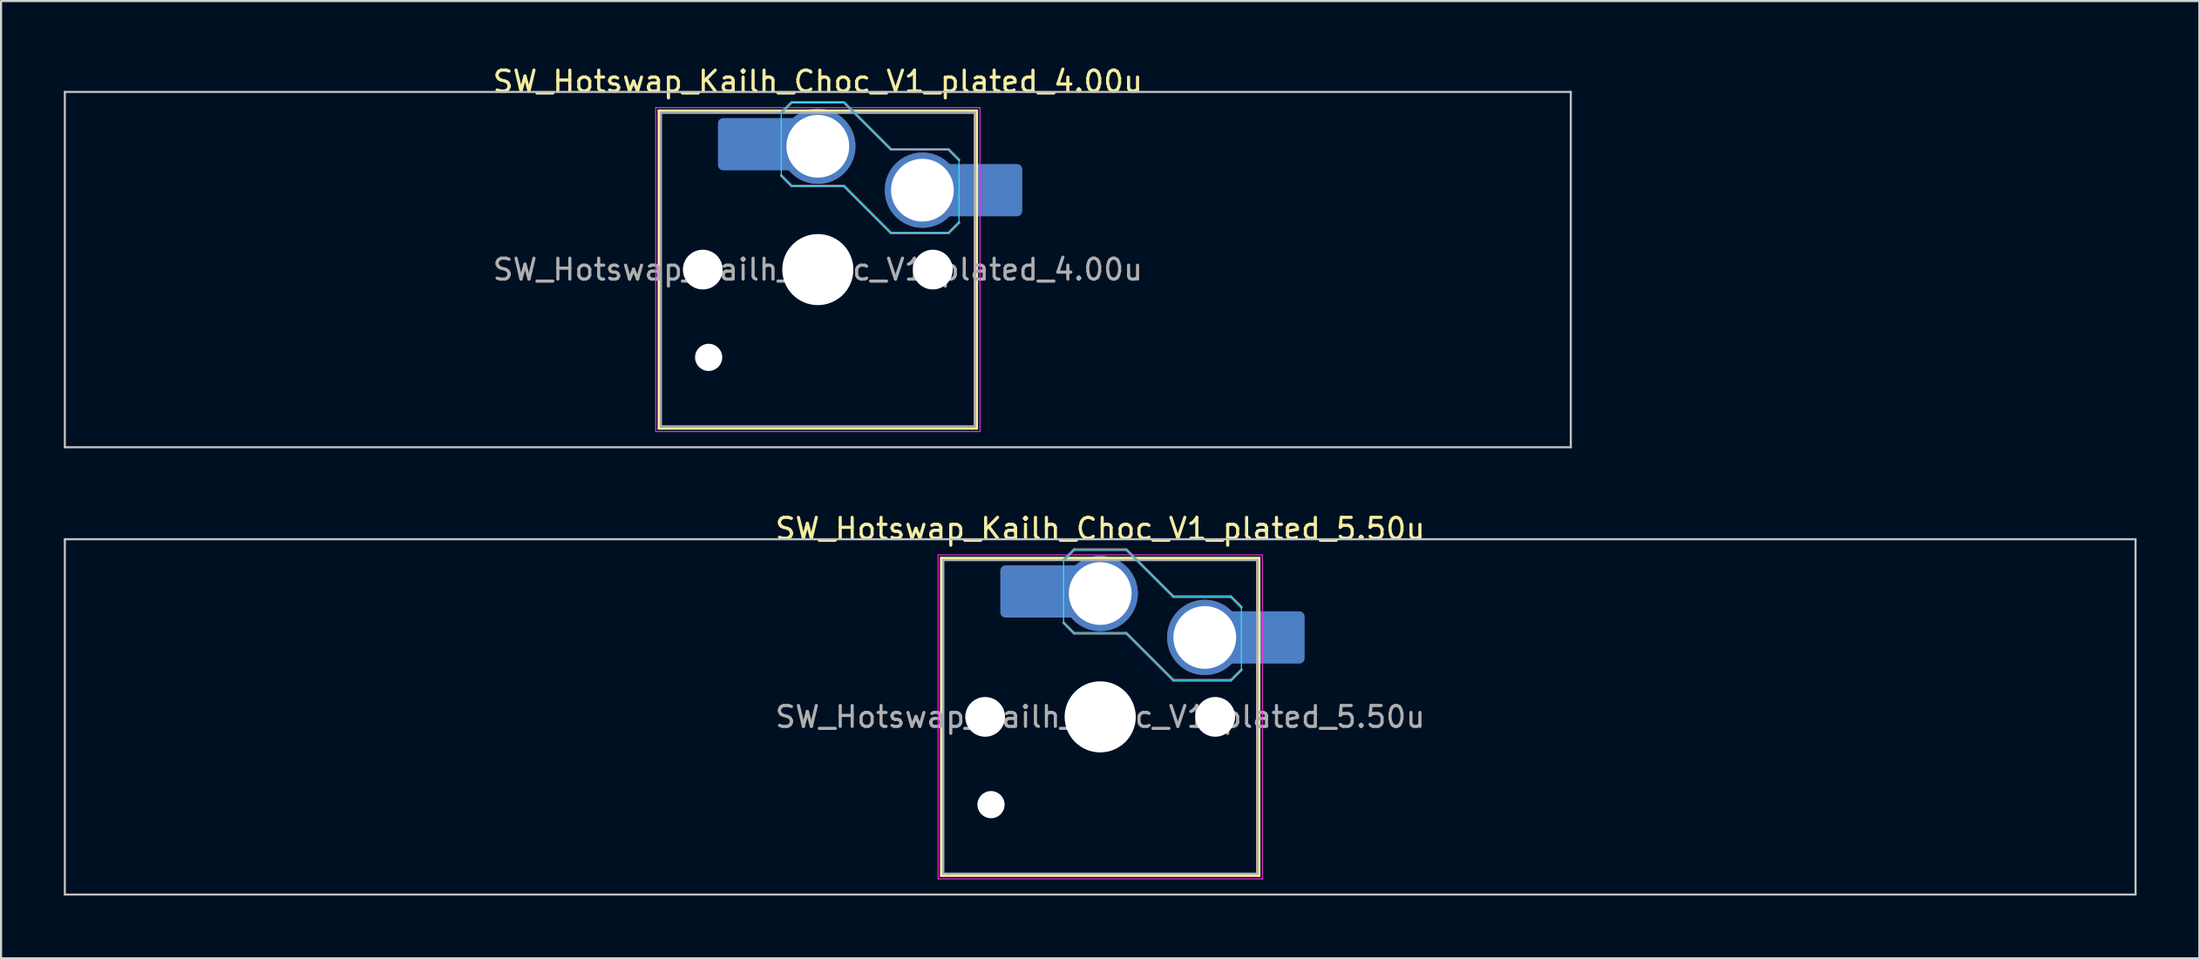
<source format=kicad_pcb>
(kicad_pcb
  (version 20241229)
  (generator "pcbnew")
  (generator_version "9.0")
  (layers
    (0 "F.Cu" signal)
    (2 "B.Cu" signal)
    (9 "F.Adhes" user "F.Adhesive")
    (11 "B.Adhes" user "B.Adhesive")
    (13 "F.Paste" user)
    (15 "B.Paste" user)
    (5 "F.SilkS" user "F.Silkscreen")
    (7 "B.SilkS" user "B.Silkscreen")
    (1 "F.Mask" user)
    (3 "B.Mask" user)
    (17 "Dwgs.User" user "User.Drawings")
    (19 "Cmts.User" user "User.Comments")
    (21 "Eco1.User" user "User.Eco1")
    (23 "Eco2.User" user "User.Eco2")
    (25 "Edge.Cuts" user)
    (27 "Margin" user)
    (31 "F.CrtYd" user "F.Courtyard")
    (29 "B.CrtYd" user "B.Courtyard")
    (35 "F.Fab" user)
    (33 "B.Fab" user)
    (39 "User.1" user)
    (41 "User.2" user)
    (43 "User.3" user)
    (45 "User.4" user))
  (footprint "SW_Hotswap_Kailh_Choc_V1_plated_5.50u"
    (layer "F.Cu")
    (at 49.55 31.247)
    (property "Reference" "SW_Hotswap_Kailh_Choc_V1_plated_5.50u" (at 0 -9 0) (layer "F.SilkS") (effects (font (size 1 1) (thickness 0.15))))
    (attr smd)
    (fp_line (start -7.6 -7.6) (end -7.6 7.6) (stroke (width 0.12) (type solid)) (layer "F.SilkS"))
    (fp_line (start -7.6 7.6) (end 7.6 7.6) (stroke (width 0.12) (type solid)) (layer "F.SilkS"))
    (fp_line (start 7.6 -7.6) (end -7.6 -7.6) (stroke (width 0.12) (type solid)) (layer "F.SilkS"))
    (fp_line (start 7.6 7.6) (end 7.6 -7.6) (stroke (width 0.12) (type solid)) (layer "F.SilkS"))
    (fp_line (start -1.75 -7.5) (end -1.25 -8) (stroke (width 0.12) (type solid)) (layer "B.SilkS"))
    (fp_line (start -1.25 -8) (end 1.25 -8) (stroke (width 0.12) (type solid)) (layer "B.SilkS"))
    (fp_line (start -1.25 -4) (end -1.75 -4.5) (stroke (width 0.12) (type solid)) (layer "B.SilkS"))
    (fp_line (start 1.25 -8) (end 3.5 -5.75) (stroke (width 0.12) (type solid)) (layer "B.SilkS"))
    (fp_line (start 1.25 -4) (end -1.25 -4) (stroke (width 0.12) (type solid)) (layer "B.SilkS"))
    (fp_line (start 3.5 -5.75) (end 6.25 -5.75) (stroke (width 0.12) (type solid)) (layer "B.SilkS"))
    (fp_line (start 3.5 -1.75) (end 1.25 -4) (stroke (width 0.12) (type solid)) (layer "B.SilkS"))
    (fp_line (start 6.25 -5.75) (end 6.75 -5.25) (stroke (width 0.12) (type solid)) (layer "B.SilkS"))
    (fp_line (start 6.25 -1.75) (end 3.5 -1.75) (stroke (width 0.12) (type solid)) (layer "B.SilkS"))
    (fp_line (start 6.75 -2.25) (end 6.25 -1.75) (stroke (width 0.12) (type solid)) (layer "B.SilkS"))
    (fp_line (start -49.5 -8.5) (end -49.5 8.5) (stroke (width 0.1) (type solid)) (layer "Dwgs.User"))
    (fp_line (start -49.5 8.5) (end 49.5 8.5) (stroke (width 0.1) (type solid)) (layer "Dwgs.User"))
    (fp_line (start 49.5 -8.5) (end -49.5 -8.5) (stroke (width 0.1) (type solid)) (layer "Dwgs.User"))
    (fp_line (start 49.5 8.5) (end 49.5 -8.5) (stroke (width 0.1) (type solid)) (layer "Dwgs.User"))
    (fp_line (start -7.25 -7.25) (end -7.25 7.25) (stroke (width 0.1) (type solid)) (layer "Eco1.User"))
    (fp_line (start -7.25 7.25) (end 7.25 7.25) (stroke (width 0.1) (type solid)) (layer "Eco1.User"))
    (fp_line (start 7.25 -7.25) (end -7.25 -7.25) (stroke (width 0.1) (type solid)) (layer "Eco1.User"))
    (fp_line (start 7.25 7.25) (end 7.25 -7.25) (stroke (width 0.1) (type solid)) (layer "Eco1.User"))
    (fp_line (start -1.75 -7.5) (end -1.25 -8) (stroke (width 0.05) (type solid)) (layer "B.CrtYd"))
    (fp_line (start -1.75 -4.5) (end -1.75 -7.5) (stroke (width 0.05) (type solid)) (layer "B.CrtYd"))
    (fp_line (start -1.25 -8) (end 1.25 -8) (stroke (width 0.05) (type solid)) (layer "B.CrtYd"))
    (fp_line (start -1.25 -4) (end -1.75 -4.5) (stroke (width 0.05) (type solid)) (layer "B.CrtYd"))
    (fp_line (start 1.25 -8) (end 3.5 -5.75) (stroke (width 0.05) (type solid)) (layer "B.CrtYd"))
    (fp_line (start 1.25 -4) (end -1.25 -4) (stroke (width 0.05) (type solid)) (layer "B.CrtYd"))
    (fp_line (start 3.5 -5.75) (end 6.25 -5.75) (stroke (width 0.05) (type solid)) (layer "B.CrtYd"))
    (fp_line (start 3.5 -1.75) (end 1.25 -4) (stroke (width 0.05) (type solid)) (layer "B.CrtYd"))
    (fp_line (start 6.25 -5.75) (end 6.75 -5.25) (stroke (width 0.05) (type solid)) (layer "B.CrtYd"))
    (fp_line (start 6.25 -1.75) (end 3.5 -1.75) (stroke (width 0.05) (type solid)) (layer "B.CrtYd"))
    (fp_line (start 6.75 -5.25) (end 6.75 -2.25) (stroke (width 0.05) (type solid)) (layer "B.CrtYd"))
    (fp_line (start 6.75 -2.25) (end 6.25 -1.75) (stroke (width 0.05) (type solid)) (layer "B.CrtYd"))
    (fp_line (start -7.75 -7.75) (end -7.75 7.75) (stroke (width 0.05) (type solid)) (layer "F.CrtYd"))
    (fp_line (start -7.75 7.75) (end 7.75 7.75) (stroke (width 0.05) (type solid)) (layer "F.CrtYd"))
    (fp_line (start 7.75 -7.75) (end -7.75 -7.75) (stroke (width 0.05) (type solid)) (layer "F.CrtYd"))
    (fp_line (start 7.75 7.75) (end 7.75 -7.75) (stroke (width 0.05) (type solid)) (layer "F.CrtYd"))
    (fp_line (start -1.75 -7.5) (end -1.25 -8) (stroke (width 0.1) (type solid)) (layer "B.Fab"))
    (fp_line (start -1.25 -8) (end 1.25 -8) (stroke (width 0.1) (type solid)) (layer "B.Fab"))
    (fp_line (start -1.25 -4) (end -1.75 -4.5) (stroke (width 0.1) (type solid)) (layer "B.Fab"))
    (fp_line (start 1.25 -8) (end 3.5 -5.75) (stroke (width 0.1) (type solid)) (layer "B.Fab"))
    (fp_line (start 1.25 -4) (end -1.25 -4) (stroke (width 0.1) (type solid)) (layer "B.Fab"))
    (fp_line (start 3.5 -5.75) (end 6.25 -5.75) (stroke (width 0.1) (type solid)) (layer "B.Fab"))
    (fp_line (start 3.5 -1.75) (end 1.25 -4) (stroke (width 0.1) (type solid)) (layer "B.Fab"))
    (fp_line (start 6.25 -5.75) (end 6.75 -5.25) (stroke (width 0.1) (type solid)) (layer "B.Fab"))
    (fp_line (start 6.25 -1.75) (end 3.5 -1.75) (stroke (width 0.1) (type solid)) (layer "B.Fab"))
    (fp_line (start 6.75 -2.25) (end 6.25 -1.75) (stroke (width 0.1) (type solid)) (layer "B.Fab"))
    (fp_line (start -7.5 -7.5) (end -7.5 7.5) (stroke (width 0.1) (type solid)) (layer "F.Fab"))
    (fp_line (start -7.5 7.5) (end 7.5 7.5) (stroke (width 0.1) (type solid)) (layer "F.Fab"))
    (fp_line (start 7.5 -7.5) (end -7.5 -7.5) (stroke (width 0.1) (type solid)) (layer "F.Fab"))
    (fp_line (start 7.5 7.5) (end 7.5 -7.5) (stroke (width 0.1) (type solid)) (layer "F.Fab"))
    (fp_text user "${REFERENCE}" (at 0 0 0) (layer "F.Fab") (effects (font (size 1 1) (thickness 0.15))))
    (pad "" np_thru_hole circle (at -5.5 0) (size 1.9 1.9) (drill 1.9) (layers "*.Cu" "*.Mask"))
    (pad "" np_thru_hole circle (at -5.22 4.2) (size 1.3 1.3) (drill 1.3) (layers "*.Cu" "*.Mask"))
    (pad "" smd roundrect (at -3.5 -6) (size 2.55 2.5) (layers "B.Mask" "B.Paste") (roundrect_rratio 0.1))
    (pad "" np_thru_hole circle (at 0 0) (size 3.4 3.4) (drill 3.4) (layers "*.Cu" "*.Mask"))
    (pad "" np_thru_hole circle (at 5.5 0) (size 1.9 1.9) (drill 1.9) (layers "*.Cu" "*.Mask"))
    (pad "" smd roundrect (at 8.5 -3.8) (size 2.55 2.5) (layers "B.Mask" "B.Paste") (roundrect_rratio 0.1))
    (pad "1" smd roundrect (at -2.85 -6) (size 3.85 2.5) (layers "B.Cu") (roundrect_rratio 0.1))
    (pad "1" thru_hole circle (at 0 -5.9) (size 3.6 3.6) (drill 3) (layers "*.Cu" "B.Mask"))
    (pad "2" thru_hole circle (at 5 -3.8) (size 3.6 3.6) (drill 3) (layers "*.Cu" "B.Mask"))
    (pad "2" smd roundrect (at 7.85 -3.8) (size 3.85 2.5) (layers "B.Cu") (roundrect_rratio 0.1)))
  (footprint "SW_Hotswap_Kailh_Choc_V1_plated_4.00u"
    (layer "F.Cu")
    (at 36.05 9.848)
    (property "Reference" "SW_Hotswap_Kailh_Choc_V1_plated_4.00u" (at 0 -9 0) (layer "F.SilkS") (effects (font (size 1 1) (thickness 0.15))))
    (attr smd)
    (fp_line (start -7.6 -7.6) (end -7.6 7.6) (stroke (width 0.12) (type solid)) (layer "F.SilkS"))
    (fp_line (start -7.6 7.6) (end 7.6 7.6) (stroke (width 0.12) (type solid)) (layer "F.SilkS"))
    (fp_line (start 7.6 -7.6) (end -7.6 -7.6) (stroke (width 0.12) (type solid)) (layer "F.SilkS"))
    (fp_line (start 7.6 7.6) (end 7.6 -7.6) (stroke (width 0.12) (type solid)) (layer "F.SilkS"))
    (fp_line (start -1.75 -7.5) (end -1.25 -8) (stroke (width 0.12) (type solid)) (layer "B.SilkS"))
    (fp_line (start -1.25 -8) (end 1.25 -8) (stroke (width 0.12) (type solid)) (layer "B.SilkS"))
    (fp_line (start -1.25 -4) (end -1.75 -4.5) (stroke (width 0.12) (type solid)) (layer "B.SilkS"))
    (fp_line (start 1.25 -8) (end 3.5 -5.75) (stroke (width 0.12) (type solid)) (layer "B.SilkS"))
    (fp_line (start 1.25 -4) (end -1.25 -4) (stroke (width 0.12) (type solid)) (layer "B.SilkS"))
    (fp_line (start 3.5 -5.75) (end 6.25 -5.75) (stroke (width 0.12) (type solid)) (layer "B.SilkS"))
    (fp_line (start 3.5 -1.75) (end 1.25 -4) (stroke (width 0.12) (type solid)) (layer "B.SilkS"))
    (fp_line (start 6.25 -5.75) (end 6.75 -5.25) (stroke (width 0.12) (type solid)) (layer "B.SilkS"))
    (fp_line (start 6.25 -1.75) (end 3.5 -1.75) (stroke (width 0.12) (type solid)) (layer "B.SilkS"))
    (fp_line (start 6.75 -2.25) (end 6.25 -1.75) (stroke (width 0.12) (type solid)) (layer "B.SilkS"))
    (fp_line (start -36 -8.5) (end -36 8.5) (stroke (width 0.1) (type solid)) (layer "Dwgs.User"))
    (fp_line (start -36 8.5) (end 36 8.5) (stroke (width 0.1) (type solid)) (layer "Dwgs.User"))
    (fp_line (start 36 -8.5) (end -36 -8.5) (stroke (width 0.1) (type solid)) (layer "Dwgs.User"))
    (fp_line (start 36 8.5) (end 36 -8.5) (stroke (width 0.1) (type solid)) (layer "Dwgs.User"))
    (fp_line (start -7.25 -7.25) (end -7.25 7.25) (stroke (width 0.1) (type solid)) (layer "Eco1.User"))
    (fp_line (start -7.25 7.25) (end 7.25 7.25) (stroke (width 0.1) (type solid)) (layer "Eco1.User"))
    (fp_line (start 7.25 -7.25) (end -7.25 -7.25) (stroke (width 0.1) (type solid)) (layer "Eco1.User"))
    (fp_line (start 7.25 7.25) (end 7.25 -7.25) (stroke (width 0.1) (type solid)) (layer "Eco1.User"))
    (fp_line (start -1.75 -7.5) (end -1.25 -8) (stroke (width 0.05) (type solid)) (layer "B.CrtYd"))
    (fp_line (start -1.75 -4.5) (end -1.75 -7.5) (stroke (width 0.05) (type solid)) (layer "B.CrtYd"))
    (fp_line (start -1.25 -8) (end 1.25 -8) (stroke (width 0.05) (type solid)) (layer "B.CrtYd"))
    (fp_line (start -1.25 -4) (end -1.75 -4.5) (stroke (width 0.05) (type solid)) (layer "B.CrtYd"))
    (fp_line (start 1.25 -8) (end 3.5 -5.75) (stroke (width 0.05) (type solid)) (layer "B.CrtYd"))
    (fp_line (start 1.25 -4) (end -1.25 -4) (stroke (width 0.05) (type solid)) (layer "B.CrtYd"))
    (fp_line (start 3.5 -5.75) (end 6.25 -5.75) (stroke (width 0.05) (type solid)) (layer "B.CrtYd"))
    (fp_line (start 3.5 -1.75) (end 1.25 -4) (stroke (width 0.05) (type solid)) (layer "B.CrtYd"))
    (fp_line (start 6.25 -5.75) (end 6.75 -5.25) (stroke (width 0.05) (type solid)) (layer "B.CrtYd"))
    (fp_line (start 6.25 -1.75) (end 3.5 -1.75) (stroke (width 0.05) (type solid)) (layer "B.CrtYd"))
    (fp_line (start 6.75 -5.25) (end 6.75 -2.25) (stroke (width 0.05) (type solid)) (layer "B.CrtYd"))
    (fp_line (start 6.75 -2.25) (end 6.25 -1.75) (stroke (width 0.05) (type solid)) (layer "B.CrtYd"))
    (fp_line (start -7.75 -7.75) (end -7.75 7.75) (stroke (width 0.05) (type solid)) (layer "F.CrtYd"))
    (fp_line (start -7.75 7.75) (end 7.75 7.75) (stroke (width 0.05) (type solid)) (layer "F.CrtYd"))
    (fp_line (start 7.75 -7.75) (end -7.75 -7.75) (stroke (width 0.05) (type solid)) (layer "F.CrtYd"))
    (fp_line (start 7.75 7.75) (end 7.75 -7.75) (stroke (width 0.05) (type solid)) (layer "F.CrtYd"))
    (fp_line (start -1.75 -7.5) (end -1.25 -8) (stroke (width 0.1) (type solid)) (layer "B.Fab"))
    (fp_line (start -1.25 -8) (end 1.25 -8) (stroke (width 0.1) (type solid)) (layer "B.Fab"))
    (fp_line (start -1.25 -4) (end -1.75 -4.5) (stroke (width 0.1) (type solid)) (layer "B.Fab"))
    (fp_line (start 1.25 -8) (end 3.5 -5.75) (stroke (width 0.1) (type solid)) (layer "B.Fab"))
    (fp_line (start 1.25 -4) (end -1.25 -4) (stroke (width 0.1) (type solid)) (layer "B.Fab"))
    (fp_line (start 3.5 -5.75) (end 6.25 -5.75) (stroke (width 0.1) (type solid)) (layer "B.Fab"))
    (fp_line (start 3.5 -1.75) (end 1.25 -4) (stroke (width 0.1) (type solid)) (layer "B.Fab"))
    (fp_line (start 6.25 -5.75) (end 6.75 -5.25) (stroke (width 0.1) (type solid)) (layer "B.Fab"))
    (fp_line (start 6.25 -1.75) (end 3.5 -1.75) (stroke (width 0.1) (type solid)) (layer "B.Fab"))
    (fp_line (start 6.75 -2.25) (end 6.25 -1.75) (stroke (width 0.1) (type solid)) (layer "B.Fab"))
    (fp_line (start -7.5 -7.5) (end -7.5 7.5) (stroke (width 0.1) (type solid)) (layer "F.Fab"))
    (fp_line (start -7.5 7.5) (end 7.5 7.5) (stroke (width 0.1) (type solid)) (layer "F.Fab"))
    (fp_line (start 7.5 -7.5) (end -7.5 -7.5) (stroke (width 0.1) (type solid)) (layer "F.Fab"))
    (fp_line (start 7.5 7.5) (end 7.5 -7.5) (stroke (width 0.1) (type solid)) (layer "F.Fab"))
    (fp_text user "${REFERENCE}" (at 0 0 0) (layer "F.Fab") (effects (font (size 1 1) (thickness 0.15))))
    (pad "" np_thru_hole circle (at -5.5 0) (size 1.9 1.9) (drill 1.9) (layers "*.Cu" "*.Mask"))
    (pad "" np_thru_hole circle (at -5.22 4.2) (size 1.3 1.3) (drill 1.3) (layers "*.Cu" "*.Mask"))
    (pad "" smd roundrect (at -3.5 -6) (size 2.55 2.5) (layers "B.Mask" "B.Paste") (roundrect_rratio 0.1))
    (pad "" np_thru_hole circle (at 0 0) (size 3.4 3.4) (drill 3.4) (layers "*.Cu" "*.Mask"))
    (pad "" np_thru_hole circle (at 5.5 0) (size 1.9 1.9) (drill 1.9) (layers "*.Cu" "*.Mask"))
    (pad "" smd roundrect (at 8.5 -3.8) (size 2.55 2.5) (layers "B.Mask" "B.Paste") (roundrect_rratio 0.1))
    (pad "1" smd roundrect (at -2.85 -6) (size 3.85 2.5) (layers "B.Cu") (roundrect_rratio 0.1))
    (pad "1" thru_hole circle (at 0 -5.9) (size 3.6 3.6) (drill 3) (layers "*.Cu" "B.Mask"))
    (pad "2" thru_hole circle (at 5 -3.8) (size 3.6 3.6) (drill 3) (layers "*.Cu" "B.Mask"))
    (pad "2" smd roundrect (at 7.85 -3.8) (size 3.85 2.5) (layers "B.Cu") (roundrect_rratio 0.1)))
  (gr_rect
    (start -3 -3)
    (end 102.1 42.797)
    (stroke (width 0.1) (type default))
    (fill no)
    (layer "Edge.Cuts")))
</source>
